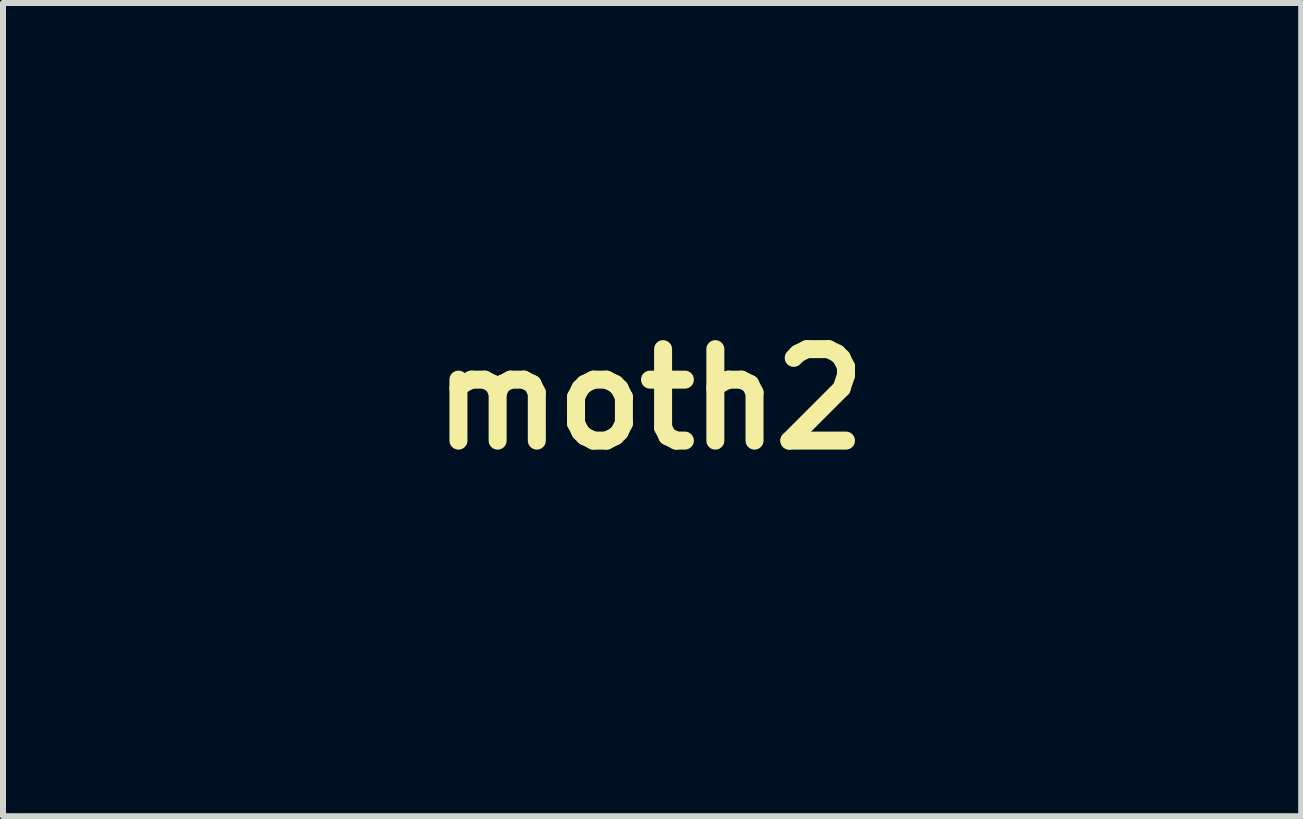
<source format=kicad_pcb>
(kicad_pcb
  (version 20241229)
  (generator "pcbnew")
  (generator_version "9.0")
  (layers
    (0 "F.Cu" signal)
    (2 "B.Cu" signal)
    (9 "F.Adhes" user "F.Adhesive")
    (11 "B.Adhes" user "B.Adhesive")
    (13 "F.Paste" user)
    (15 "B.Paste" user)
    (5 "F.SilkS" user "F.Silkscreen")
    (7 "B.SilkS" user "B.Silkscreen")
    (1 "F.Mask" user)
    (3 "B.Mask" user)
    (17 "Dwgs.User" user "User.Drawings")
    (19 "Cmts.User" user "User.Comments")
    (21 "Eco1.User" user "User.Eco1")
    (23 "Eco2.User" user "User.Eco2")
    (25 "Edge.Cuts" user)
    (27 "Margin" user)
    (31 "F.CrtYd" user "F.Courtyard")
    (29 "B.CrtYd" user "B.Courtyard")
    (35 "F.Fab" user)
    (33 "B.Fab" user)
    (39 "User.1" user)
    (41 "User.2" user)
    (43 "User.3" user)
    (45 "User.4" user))
  (footprint "moth2"
    (layer "F.Cu")
    (at 7.784 3.604)
    (property "Reference" "moth2" (at 0 0 0) (layer "F.SilkS") (effects (font (size 1.524 1.524) (thickness 0.3))))
    (attr through_hole)
    (fp_poly (pts (xy -0.953 -1.196) (xy -0.963 -1.185) (xy -0.974 -1.196) (xy -0.963 -1.206) (xy -0.953 -1.196)) (stroke (width 0.01) (type solid)) (fill no) (layer "Eco2.User"))
    (fp_poly (pts (xy -0.889 -0.9) (xy -0.9 -0.889) (xy -0.91 -0.9) (xy -0.9 -0.91) (xy -0.889 -0.9)) (stroke (width 0.01) (type solid)) (fill no) (layer "Eco2.User"))
    (fp_poly (pts (xy -0.826 -0.667) (xy -0.836 -0.656) (xy -0.847 -0.667) (xy -0.836 -0.677) (xy -0.826 -0.667)) (stroke (width 0.01) (type solid)) (fill no) (layer "Eco2.User"))
    (fp_poly (pts (xy -0.804 -0.138) (xy -0.815 -0.127) (xy -0.826 -0.138) (xy -0.815 -0.148) (xy -0.804 -0.138)) (stroke (width 0.01) (type solid)) (fill no) (layer "Eco2.User"))
    (fp_poly (pts (xy -0.282 -2.152) (xy -0.285 -2.139) (xy -0.296 -2.138) (xy -0.314 -2.146) (xy -0.31 -2.152) (xy -0.285 -2.154) (xy -0.282 -2.152)) (stroke (width 0.01) (type solid)) (fill no) (layer "Eco2.User"))
    (fp_poly (pts (xy 0.797 -0.31) (xy 0.794 -0.298) (xy 0.783 -0.296) (xy 0.766 -0.304) (xy 0.769 -0.31) (xy 0.794 -0.313) (xy 0.797 -0.31)) (stroke (width 0.01) (type solid)) (fill no) (layer "Eco2.User"))
    (fp_poly (pts (xy 0.862 -0.563) (xy 0.856 -0.554) (xy 0.834 -0.552) (xy 0.812 -0.557) (xy 0.822 -0.565) (xy 0.855 -0.567) (xy 0.862 -0.563)) (stroke (width 0.01) (type solid)) (fill no) (layer "Eco2.User"))
    (fp_poly (pts (xy 0.903 -0.713) (xy 0.9 -0.7) (xy 0.889 -0.699) (xy 0.872 -0.706) (xy 0.875 -0.713) (xy 0.9 -0.715) (xy 0.903 -0.713)) (stroke (width 0.01) (type solid)) (fill no) (layer "Eco2.User"))
    (fp_poly (pts (xy 0.968 -1.113) (xy 0.962 -1.104) (xy 0.94 -1.102) (xy 0.918 -1.108) (xy 0.927 -1.115) (xy 0.96 -1.118) (xy 0.968 -1.113)) (stroke (width 0.01) (type solid)) (fill no) (layer "Eco2.User"))
    (fp_poly (pts (xy -0.916 -1.125) (xy -0.91 -1.101) (xy -0.921 -1.064) (xy -0.947 -1.063) (xy -0.96 -1.072) (xy -0.974 -1.106) (xy -0.962 -1.136) (xy -0.942 -1.143) (xy -0.916 -1.125)) (stroke (width 0.01) (type solid)) (fill no) (layer "Eco2.User"))
    (fp_poly (pts (xy -0.911 -1) (xy -0.91 -0.995) (xy -0.926 -0.974) (xy -0.931 -0.974) (xy -0.952 -0.99) (xy -0.953 -0.995) (xy -0.936 -1.015) (xy -0.931 -1.016) (xy -0.911 -1)) (stroke (width 0.01) (type solid)) (fill no) (layer "Eco2.User"))
    (fp_poly (pts (xy -0.736 -0.229) (xy -0.75 -0.193) (xy -0.77 -0.16) (xy -0.783 -0.163) (xy -0.791 -0.181) (xy -0.793 -0.223) (xy -0.771 -0.25) (xy -0.744 -0.251) (xy -0.736 -0.229)) (stroke (width 0.01) (type solid)) (fill no) (layer "Eco2.User"))
    (fp_poly (pts (xy -0.692 -0.357) (xy -0.677 -0.341) (xy -0.694 -0.318) (xy -0.728 -0.306) (xy -0.749 -0.311) (xy -0.752 -0.337) (xy -0.75 -0.342) (xy -0.724 -0.358) (xy -0.692 -0.357)) (stroke (width 0.01) (type solid)) (fill no) (layer "Eco2.User"))
    (fp_poly (pts (xy 0.843 -0.237) (xy 0.847 -0.222) (xy 0.836 -0.194) (xy 0.828 -0.191) (xy 0.805 -0.207) (xy 0.797 -0.222) (xy 0.8 -0.25) (xy 0.816 -0.254) (xy 0.843 -0.237)) (stroke (width 0.01) (type solid)) (fill no) (layer "Eco2.User"))
    (fp_poly (pts (xy 0.888 -0.64) (xy 0.889 -0.635) (xy 0.873 -0.614) (xy 0.868 -0.614) (xy 0.847 -0.63) (xy 0.847 -0.635) (xy 0.863 -0.656) (xy 0.868 -0.656) (xy 0.888 -0.64)) (stroke (width 0.01) (type solid)) (fill no) (layer "Eco2.User"))
    (fp_poly (pts (xy 0.944 -0.794) (xy 0.942 -0.783) (xy 0.915 -0.763) (xy 0.909 -0.762) (xy 0.89 -0.778) (xy 0.889 -0.783) (xy 0.906 -0.802) (xy 0.922 -0.804) (xy 0.944 -0.794)) (stroke (width 0.01) (type solid)) (fill no) (layer "Eco2.User"))
    (fp_poly (pts (xy -0.875 -0.826) (xy -0.859 -0.794) (xy -0.861 -0.754) (xy -0.867 -0.742) (xy -0.887 -0.732) (xy -0.909 -0.75) (xy -0.926 -0.776) (xy -0.91 -0.783) (xy -0.907 -0.783) (xy -0.889 -0.787) (xy -0.907 -0.802) (xy -0.923 -0.819) (xy -0.903 -0.832) (xy -0.875 -0.826)) (stroke (width 0.01) (type solid)) (fill no) (layer "Eco2.User"))
    (fp_poly (pts (xy 0.101 -2.177) (xy 0.143 -2.175) (xy 0.171 -2.172) (xy 0.16 -2.169) (xy 0.113 -2.168) (xy 0.036 -2.167) (xy 0.021 -2.167) (xy -0.061 -2.168) (xy -0.112 -2.169) (xy -0.129 -2.171) (xy -0.107 -2.174) (xy -0.101 -2.175) (xy -0.004 -2.178) (xy 0.101 -2.177)) (stroke (width 0.01) (type solid)) (fill no) (layer "Eco2.User"))
    (fp_poly (pts (xy 0.966 -1.051) (xy 0.97 -1.047) (xy 0.968 -1.028) (xy 0.957 -1.022) (xy 0.941 -1.005) (xy 0.953 -0.983) (xy 0.966 -0.946) (xy 0.95 -0.916) (xy 0.93 -0.91) (xy 0.916 -0.929) (xy 0.91 -0.972) (xy 0.919 -1.024) (xy 0.94 -1.053) (xy 0.966 -1.051)) (stroke (width 0.01) (type solid)) (fill no) (layer "Eco2.User"))
    (fp_poly (pts (xy 0.107 -0.546) (xy 0.121 -0.546) (xy 0.262 -0.538) (xy 0.365 -0.525) (xy 0.434 -0.507) (xy 0.445 -0.502) (xy 0.519 -0.467) (xy 0.434 -0.482) (xy 0.375 -0.489) (xy 0.287 -0.493) (xy 0.182 -0.496) (xy 0.067 -0.497) (xy -0.047 -0.496) (xy -0.151 -0.493) (xy -0.234 -0.489) (xy -0.288 -0.483) (xy -0.296 -0.48) (xy -0.332 -0.47) (xy -0.331 -0.477) (xy -0.309 -0.496) (xy -0.268 -0.521) (xy -0.212 -0.537) (xy -0.136 -0.546) (xy -0.032 -0.549) (xy 0.107 -0.546)) (stroke (width 0.01) (type solid)) (fill no) (layer "Eco2.User"))
    (fp_poly (pts (xy -6.2 -3.588) (xy -5.863 -3.549) (xy -5.498 -3.485) (xy -5.102 -3.393) (xy -4.677 -3.274) (xy -4.22 -3.129) (xy -3.895 -3.015) (xy -3.749 -2.963) (xy -3.577 -2.903) (xy -3.393 -2.839) (xy -3.211 -2.776) (xy -3.045 -2.719) (xy -3.037 -2.716) (xy -2.635 -2.565) (xy -2.224 -2.384) (xy -1.817 -2.179) (xy -1.427 -1.956) (xy -1.191 -1.807) (xy -1.101 -1.748) (xy -1.022 -1.698) (xy -0.962 -1.66) (xy -0.928 -1.641) (xy -0.925 -1.639) (xy -0.901 -1.651) (xy -0.872 -1.703) (xy -0.859 -1.736) (xy -0.838 -1.799) (xy -0.831 -1.837) (xy -0.84 -1.863) (xy -0.863 -1.89) (xy -0.9 -1.937) (xy -0.944 -2) (xy -0.959 -2.024) (xy -1.011 -2.09) (xy -1.075 -2.147) (xy -1.094 -2.16) (xy -1.204 -2.239) (xy -1.297 -2.33) (xy -1.363 -2.425) (xy -1.385 -2.475) (xy -1.403 -2.537) (xy -1.426 -2.626) (xy -1.431 -2.643) (xy -1.367 -2.643) (xy -1.356 -2.591) (xy -1.343 -2.543) (xy -1.288 -2.42) (xy -1.199 -2.315) (xy -1.073 -2.225) (xy -1.067 -2.221) (xy -0.987 -2.166) (xy -0.931 -2.109) (xy -0.918 -2.088) (xy -0.879 -2.019) (xy -0.839 -1.96) (xy -0.806 -1.919) (xy -0.787 -1.906) (xy -0.766 -1.922) (xy -0.731 -1.96) (xy -0.722 -1.971) (xy -0.672 -2.034) (xy -0.718 -2.083) (xy -0.756 -2.114) (xy -0.821 -2.158) (xy -0.903 -2.208) (xy -0.966 -2.244) (xy -1.089 -2.316) (xy -1.18 -2.379) (xy -1.245 -2.438) (xy -1.291 -2.501) (xy -1.324 -2.572) (xy -1.35 -2.635) (xy -1.365 -2.658) (xy -1.367 -2.643) (xy -1.431 -2.643) (xy -1.452 -2.729) (xy -1.469 -2.805) (xy -1.494 -2.91) (xy -1.52 -3.01) (xy -1.531 -3.048) (xy -1.46 -3.048) (xy -1.453 -3.031) (xy -1.446 -3.034) (xy -1.444 -3.059) (xy -1.446 -3.062) (xy -1.459 -3.059) (xy -1.46 -3.048) (xy -1.531 -3.048) (xy -1.542 -3.091) (xy -1.549 -3.111) (xy -1.482 -3.111) (xy -1.474 -3.094) (xy -1.468 -3.097) (xy -1.465 -3.123) (xy -1.468 -3.126) (xy -1.48 -3.123) (xy -1.482 -3.111) (xy -1.549 -3.111) (xy -1.555 -3.131) (xy -1.575 -3.192) (xy -1.586 -3.24) (xy -1.587 -3.252) (xy -1.573 -3.277) (xy -1.537 -3.278) (xy -1.492 -3.256) (xy -1.466 -3.233) (xy -1.435 -3.196) (xy -1.41 -3.15) (xy -1.387 -3.088) (xy -1.362 -3.001) (xy -1.334 -2.881) (xy -1.332 -2.872) (xy -1.297 -2.728) (xy -1.264 -2.617) (xy -1.227 -2.532) (xy -1.18 -2.465) (xy -1.119 -2.408) (xy -1.037 -2.353) (xy -0.94 -2.298) (xy -0.857 -2.247) (xy -0.776 -2.192) (xy -0.716 -2.143) (xy -0.715 -2.142) (xy -0.667 -2.102) (xy -0.632 -2.082) (xy -0.62 -2.083) (xy -0.612 -2.111) (xy -0.609 -2.168) (xy -0.611 -2.233) (xy -0.61 -2.335) (xy -0.592 -2.419) (xy -0.573 -2.467) (xy -0.548 -2.524) (xy -0.532 -2.563) (xy -0.529 -2.572) (xy -0.547 -2.579) (xy -0.592 -2.59) (xy -0.598 -2.591) (xy -0.662 -2.612) (xy -0.727 -2.645) (xy -0.778 -2.682) (xy -0.673 -2.682) (xy -0.657 -2.664) (xy -0.647 -2.656) (xy -0.601 -2.631) (xy -0.573 -2.625) (xy -0.554 -2.631) (xy -0.571 -2.649) (xy -0.581 -2.657) (xy -0.626 -2.681) (xy -0.655 -2.687) (xy -0.673 -2.682) (xy -0.778 -2.682) (xy -0.78 -2.684) (xy -0.803 -2.709) (xy -0.555 -2.709) (xy -0.545 -2.692) (xy -0.521 -2.678) (xy -0.509 -2.696) (xy -0.514 -2.736) (xy -0.518 -2.746) (xy -0.532 -2.77) (xy -0.549 -2.754) (xy -0.55 -2.752) (xy -0.555 -2.709) (xy -0.803 -2.709) (xy -0.812 -2.72) (xy -0.656 -2.72) (xy -0.646 -2.709) (xy -0.635 -2.72) (xy -0.646 -2.731) (xy -0.656 -2.72) (xy -0.812 -2.72) (xy -0.813 -2.721) (xy -0.817 -2.743) (xy -0.82 -2.775) (xy -0.838 -2.835) (xy -0.867 -2.913) (xy -0.891 -2.969) (xy -0.931 -3.064) (xy -0.968 -3.156) (xy -0.996 -3.229) (xy -1.005 -3.254) (xy -0.944 -3.254) (xy -0.943 -3.229) (xy -0.924 -3.2) (xy -0.896 -3.152) (xy -0.876 -3.091) (xy -0.876 -3.089) (xy -0.855 -3.025) (xy -0.823 -2.973) (xy -0.822 -2.972) (xy -0.798 -2.937) (xy -0.795 -2.916) (xy -0.793 -2.892) (xy -0.773 -2.85) (xy -0.744 -2.805) (xy -0.714 -2.772) (xy -0.71 -2.768) (xy -0.686 -2.762) (xy -0.683 -2.783) (xy -0.699 -2.823) (xy -0.717 -2.851) (xy -0.736 -2.885) (xy -0.651 -2.885) (xy -0.648 -2.853) (xy -0.633 -2.811) (xy -0.613 -2.779) (xy -0.604 -2.773) (xy -0.604 -2.79) (xy -0.616 -2.833) (xy -0.619 -2.841) (xy -0.636 -2.88) (xy -0.649 -2.888) (xy -0.651 -2.885) (xy -0.736 -2.885) (xy -0.747 -2.904) (xy -0.779 -2.974) (xy -0.72 -2.974) (xy -0.709 -2.963) (xy -0.699 -2.974) (xy -0.709 -2.985) (xy -0.72 -2.974) (xy -0.779 -2.974) (xy -0.781 -2.978) (xy -0.804 -3.037) (xy -0.839 -3.126) (xy -0.876 -3.196) (xy -0.91 -3.243) (xy -0.937 -3.258) (xy -0.944 -3.254) (xy -1.005 -3.254) (xy -1.005 -3.255) (xy -1.031 -3.325) (xy -1.061 -3.387) (xy -1.068 -3.4) (xy -1.091 -3.445) (xy -1.096 -3.476) (xy -1.079 -3.47) (xy -1.04 -3.441) (xy -0.985 -3.393) (xy -0.92 -3.333) (xy -0.852 -3.267) (xy -0.787 -3.203) (xy -0.732 -3.145) (xy -0.693 -3.1) (xy -0.677 -3.074) (xy -0.677 -3.073) (xy -0.663 -3.045) (xy -0.626 -3.002) (xy -0.579 -2.955) (xy -0.533 -2.915) (xy -0.511 -2.901) (xy -0.492 -2.872) (xy -0.476 -2.816) (xy -0.471 -2.785) (xy -0.46 -2.685) (xy -0.373 -2.769) (xy -0.269 -2.86) (xy -0.174 -2.925) (xy -0.094 -2.959) (xy -0.06 -2.963) (xy -0.018 -2.954) (xy 0.037 -2.922) (xy 0.112 -2.865) (xy 0.161 -2.823) (xy 0.238 -2.758) (xy 0.29 -2.719) (xy 0.323 -2.705) (xy 0.34 -2.71) (xy 0.341 -2.712) (xy 0.358 -2.752) (xy 0.36 -2.766) (xy 0.367 -2.779) (xy 0.499 -2.779) (xy 0.507 -2.773) (xy 0.532 -2.789) (xy 0.55 -2.814) (xy 0.57 -2.86) (xy 0.564 -2.874) (xy 0.55 -2.868) (xy 0.524 -2.842) (xy 0.504 -2.807) (xy 0.499 -2.779) (xy 0.367 -2.779) (xy 0.375 -2.794) (xy 0.412 -2.834) (xy 0.421 -2.841) (xy 0.469 -2.889) (xy 0.504 -2.936) (xy 0.506 -2.939) (xy 0.531 -2.97) (xy 0.55 -2.974) (xy 0.57 -2.983) (xy 0.595 -3.019) (xy 0.604 -3.037) (xy 0.764 -3.037) (xy 0.769 -3.017) (xy 0.782 -3.032) (xy 0.795 -3.059) (xy 0.815 -3.112) (xy 0.824 -3.154) (xy 0.824 -3.154) (xy 0.816 -3.162) (xy 0.795 -3.136) (xy 0.794 -3.133) (xy 0.771 -3.078) (xy 0.764 -3.037) (xy 0.604 -3.037) (xy 0.614 -3.059) (xy 0.677 -3.059) (xy 0.688 -3.048) (xy 0.699 -3.059) (xy 0.688 -3.069) (xy 0.677 -3.059) (xy 0.614 -3.059) (xy 0.618 -3.068) (xy 0.631 -3.11) (xy 0.699 -3.11) (xy 0.705 -3.091) (xy 0.721 -3.108) (xy 0.728 -3.123) (xy 0.729 -3.145) (xy 0.719 -3.143) (xy 0.699 -3.116) (xy 0.699 -3.11) (xy 0.631 -3.11) (xy 0.633 -3.117) (xy 0.635 -3.136) (xy 0.644 -3.169) (xy 0.655 -3.175) (xy 0.676 -3.193) (xy 0.688 -3.219) (xy 0.694 -3.23) (xy 0.827 -3.23) (xy 0.831 -3.202) (xy 0.838 -3.202) (xy 0.843 -3.23) (xy 0.84 -3.242) (xy 0.831 -3.25) (xy 0.827 -3.23) (xy 0.694 -3.23) (xy 0.704 -3.248) (xy 0.715 -3.25) (xy 0.736 -3.257) (xy 0.775 -3.286) (xy 0.808 -3.316) (xy 0.855 -3.358) (xy 0.889 -3.381) (xy 0.901 -3.382) (xy 0.903 -3.356) (xy 0.898 -3.302) (xy 0.888 -3.246) (xy 0.874 -3.167) (xy 0.863 -3.097) (xy 0.859 -3.063) (xy 0.846 -3.01) (xy 0.829 -2.979) (xy 0.81 -2.941) (xy 0.804 -2.9) (xy 0.786 -2.842) (xy 0.741 -2.783) (xy 0.701 -2.739) (xy 0.679 -2.703) (xy 0.677 -2.695) (xy 0.658 -2.665) (xy 0.607 -2.634) (xy 0.535 -2.607) (xy 0.483 -2.595) (xy 0.405 -2.581) (xy 0.446 -2.49) (xy 0.473 -2.408) (xy 0.49 -2.319) (xy 0.492 -2.3) (xy 0.497 -2.242) (xy 0.504 -2.207) (xy 0.508 -2.202) (xy 0.528 -2.216) (xy 0.566 -2.251) (xy 0.59 -2.274) (xy 0.641 -2.317) (xy 0.716 -2.37) (xy 0.803 -2.425) (xy 0.839 -2.446) (xy 0.971 -2.528) (xy 1.067 -2.608) (xy 1.129 -2.688) (xy 1.162 -2.767) (xy 1.176 -2.821) (xy 1.197 -2.903) (xy 1.222 -3.001) (xy 1.241 -3.078) (xy 1.271 -3.181) (xy 1.337 -3.181) (xy 1.349 -3.188) (xy 1.355 -3.196) (xy 1.372 -3.241) (xy 1.374 -3.26) (xy 1.368 -3.272) (xy 1.355 -3.249) (xy 1.339 -3.204) (xy 1.337 -3.181) (xy 1.271 -3.181) (xy 1.284 -3.225) (xy 1.321 -3.313) (xy 1.376 -3.313) (xy 1.386 -3.302) (xy 1.397 -3.313) (xy 1.386 -3.323) (xy 1.376 -3.313) (xy 1.321 -3.313) (xy 1.329 -3.331) (xy 1.376 -3.398) (xy 1.426 -3.427) (xy 1.441 -3.429) (xy 1.468 -3.424) (xy 1.479 -3.404) (xy 1.475 -3.363) (xy 1.456 -3.292) (xy 1.441 -3.247) (xy 1.418 -3.168) (xy 1.391 -3.066) (xy 1.364 -2.958) (xy 1.356 -2.921) (xy 1.332 -2.821) (xy 1.308 -2.724) (xy 1.286 -2.647) (xy 1.279 -2.623) (xy 1.232 -2.531) (xy 1.153 -2.437) (xy 1.051 -2.349) (xy 0.988 -2.307) (xy 0.929 -2.26) (xy 0.869 -2.194) (xy 0.843 -2.156) (xy 0.8 -2.093) (xy 0.758 -2.043) (xy 0.738 -2.024) (xy 0.717 -2.006) (xy 0.712 -1.987) (xy 0.726 -1.957) (xy 0.763 -1.906) (xy 0.782 -1.881) (xy 0.834 -1.803) (xy 0.879 -1.72) (xy 0.902 -1.666) (xy 0.923 -1.608) (xy 0.939 -1.585) (xy 0.955 -1.591) (xy 0.96 -1.597) (xy 0.994 -1.629) (xy 1.059 -1.678) (xy 1.149 -1.741) (xy 1.257 -1.812) (xy 1.379 -1.889) (xy 1.507 -1.967) (xy 1.635 -2.042) (xy 1.758 -2.111) (xy 1.783 -2.125) (xy 2.096 -2.289) (xy 2.381 -2.429) (xy 2.636 -2.544) (xy 2.86 -2.633) (xy 2.963 -2.669) (xy 3.101 -2.714) (xy 3.252 -2.766) (xy 3.4 -2.817) (xy 3.526 -2.861) (xy 3.535 -2.864) (xy 3.781 -2.952) (xy 3.992 -3.026) (xy 4.173 -3.089) (xy 4.329 -3.143) (xy 4.466 -3.188) (xy 4.587 -3.227) (xy 4.699 -3.261) (xy 4.805 -3.292) (xy 4.88 -3.313) (xy 5.14 -3.383) (xy 5.367 -3.44) (xy 5.567 -3.487) (xy 5.75 -3.522) (xy 5.92 -3.55) (xy 6.086 -3.569) (xy 6.254 -3.582) (xy 6.433 -3.591) (xy 6.466 -3.592) (xy 6.606 -3.595) (xy 6.714 -3.596) (xy 6.8 -3.594) (xy 6.874 -3.588) (xy 6.946 -3.578) (xy 7.028 -3.562) (xy 7.101 -3.545) (xy 7.329 -3.487) (xy 7.515 -3.423) (xy 7.659 -3.354) (xy 7.762 -3.28) (xy 7.822 -3.201) (xy 7.823 -3.199) (xy 7.848 -3.099) (xy 7.84 -2.976) (xy 7.801 -2.832) (xy 7.731 -2.67) (xy 7.631 -2.491) (xy 7.503 -2.299) (xy 7.348 -2.094) (xy 7.194 -1.911) (xy 7.113 -1.817) (xy 7.03 -1.72) (xy 6.956 -1.631) (xy 6.908 -1.572) (xy 6.853 -1.507) (xy 6.777 -1.42) (xy 6.69 -1.323) (xy 6.6 -1.225) (xy 6.574 -1.196) (xy 6.484 -1.101) (xy 6.414 -1.031) (xy 6.355 -0.979) (xy 6.299 -0.939) (xy 6.237 -0.903) (xy 6.165 -0.867) (xy 6.04 -0.809) (xy 5.94 -0.766) (xy 5.852 -0.735) (xy 5.764 -0.711) (xy 5.664 -0.69) (xy 5.641 -0.685) (xy 5.54 -0.67) (xy 5.407 -0.654) (xy 5.253 -0.638) (xy 5.086 -0.623) (xy 4.919 -0.611) (xy 4.76 -0.601) (xy 4.621 -0.595) (xy 4.535 -0.593) (xy 4.437 -0.59) (xy 4.371 -0.583) (xy 4.34 -0.572) (xy 4.346 -0.557) (xy 4.391 -0.542) (xy 4.474 -0.51) (xy 4.581 -0.453) (xy 4.705 -0.375) (xy 4.839 -0.281) (xy 4.978 -0.175) (xy 5.115 -0.061) (xy 5.244 0.055) (xy 5.285 0.095) (xy 5.387 0.197) (xy 5.461 0.279) (xy 5.512 0.348) (xy 5.543 0.41) (xy 5.56 0.474) (xy 5.566 0.546) (xy 5.567 0.577) (xy 5.549 0.662) (xy 5.495 0.768) (xy 5.405 0.895) (xy 5.281 1.042) (xy 5.121 1.209) (xy 5.102 1.228) (xy 4.96 1.364) (xy 4.834 1.472) (xy 4.714 1.561) (xy 4.59 1.635) (xy 4.454 1.703) (xy 4.387 1.732) (xy 4.3 1.765) (xy 4.213 1.793) (xy 4.147 1.808) (xy 4.062 1.822) (xy 3.974 1.839) (xy 3.958 1.842) (xy 3.863 1.858) (xy 3.736 1.874) (xy 3.587 1.89) (xy 3.426 1.903) (xy 3.265 1.914) (xy 3.112 1.922) (xy 2.979 1.926) (xy 2.951 1.926) (xy 2.746 1.921) (xy 2.573 1.905) (xy 2.422 1.876) (xy 2.283 1.83) (xy 2.148 1.765) (xy 2.005 1.679) (xy 1.983 1.664) (xy 1.826 1.545) (xy 1.665 1.397) (xy 1.513 1.234) (xy 1.381 1.066) (xy 1.356 1.03) (xy 1.3 0.953) (xy 1.234 0.87) (xy 1.199 0.829) (xy 1.111 0.73) (xy 1.111 1.27) (xy 1.111 1.448) (xy 1.109 1.59) (xy 1.106 1.703) (xy 1.1 1.794) (xy 1.093 1.87) (xy 1.082 1.937) (xy 1.072 1.99) (xy 1.026 2.19) (xy 0.982 2.36) (xy 0.936 2.512) (xy 0.884 2.657) (xy 0.822 2.806) (xy 0.745 2.97) (xy 0.663 3.137) (xy 0.57 3.315) (xy 0.48 3.475) (xy 0.395 3.614) (xy 0.318 3.726) (xy 0.254 3.806) (xy 0.233 3.826) (xy 0.123 3.902) (xy 0.003 3.942) (xy -0.118 3.944) (xy -0.127 3.943) (xy -0.182 3.92) (xy -0.256 3.873) (xy -0.342 3.806) (xy -0.43 3.727) (xy -0.505 3.65) (xy -0.569 3.57) (xy -0.643 3.462) (xy -0.718 3.338) (xy -0.79 3.209) (xy -0.851 3.086) (xy -0.885 3.006) (xy -0.957 2.792) (xy -1.02 2.557) (xy -1.069 2.318) (xy -1.094 2.152) (xy -1.106 2.017) (xy -1.116 1.854) (xy -1.122 1.673) (xy -1.126 1.485) (xy -1.125 1.302) (xy -1.122 1.135) (xy -1.115 0.993) (xy -1.11 0.943) (xy -1.103 0.867) (xy -1.102 0.825) (xy -1.109 0.812) (xy -1.125 0.819) (xy -1.133 0.826) (xy -1.161 0.857) (xy -1.206 0.913) (xy -1.259 0.984) (xy -1.285 1.021) (xy -1.381 1.146) (xy -1.496 1.278) (xy -1.622 1.409) (xy -1.75 1.529) (xy -1.871 1.63) (xy -1.97 1.7) (xy -2.102 1.776) (xy -2.223 1.833) (xy -2.343 1.873) (xy -2.474 1.899) (xy -2.627 1.914) (xy -2.773 1.921) (xy -2.908 1.922) (xy -3.064 1.919) (xy -3.231 1.912) (xy -3.399 1.901) (xy -3.561 1.888) (xy -3.706 1.872) (xy -3.826 1.856) (xy -3.895 1.842) (xy -3.963 1.828) (xy -4.045 1.814) (xy -4.071 1.81) (xy -4.174 1.786) (xy -4.302 1.74) (xy -4.443 1.676) (xy -4.588 1.6) (xy -4.62 1.581) (xy -4.697 1.528) (xy -4.793 1.452) (xy -4.9 1.361) (xy -5.01 1.26) (xy -5.115 1.159) (xy -5.207 1.065) (xy -5.277 0.984) (xy -5.304 0.948) (xy -5.341 0.895) (xy -5.369 0.857) (xy -5.378 0.847) (xy -5.395 0.824) (xy -5.425 0.776) (xy -5.45 0.734) (xy -5.485 0.665) (xy -5.5 0.608) (xy -5.499 0.562) (xy -5.44 0.562) (xy -5.437 0.612) (xy -5.425 0.658) (xy -5.399 0.709) (xy -5.354 0.773) (xy -5.287 0.86) (xy -5.28 0.869) (xy -5.164 1.006) (xy -5.036 1.141) (xy -4.903 1.27) (xy -4.77 1.386) (xy -4.644 1.485) (xy -4.53 1.561) (xy -4.437 1.608) (xy -4.384 1.629) (xy -4.314 1.66) (xy -4.284 1.673) (xy -4.184 1.708) (xy -4.048 1.741) (xy -3.884 1.77) (xy -3.7 1.794) (xy -3.502 1.814) (xy -3.298 1.828) (xy -3.094 1.837) (xy -2.899 1.84) (xy -2.719 1.835) (xy -2.561 1.823) (xy -2.467 1.81) (xy -2.299 1.766) (xy -2.131 1.694) (xy -1.957 1.588) (xy -1.861 1.52) (xy -1.729 1.412) (xy -1.6 1.289) (xy -1.467 1.142) (xy -1.325 0.967) (xy -1.257 0.878) (xy -1.186 0.783) (xy -1.135 0.71) (xy -1.098 0.649) (xy -1.07 0.587) (xy -1.046 0.515) (xy -1.02 0.42) (xy -1.006 0.367) (xy -0.978 0.263) (xy -0.953 0.171) (xy -0.933 0.101) (xy -0.921 0.061) (xy -0.92 0.058) (xy -0.918 0.027) (xy -0.929 0.021) (xy -0.951 0.006) (xy -0.953 0) (xy -0.935 -0.018) (xy -0.917 -0.021) (xy -0.897 -0.026) (xy -0.905 -0.045) (xy -0.928 -0.07) (xy -0.965 -0.116) (xy -0.969 -0.14) (xy -0.941 -0.149) (xy -0.937 -0.149) (xy -0.921 -0.156) (xy -0.935 -0.179) (xy -0.968 -0.209) (xy -1.016 -0.254) (xy -1.036 -0.284) (xy -1.026 -0.294) (xy -1.005 -0.289) (xy -0.976 -0.281) (xy -0.979 -0.291) (xy -1.009 -0.312) (xy -1.036 -0.327) (xy -1.097 -0.366) (xy -1.155 -0.412) (xy -1.156 -0.413) (xy -1.214 -0.451) (xy -1.272 -0.466) (xy -1.325 -0.473) (xy -1.342 -0.492) (xy -1.321 -0.515) (xy -1.297 -0.526) (xy -1.258 -0.541) (xy -1.258 -0.547) (xy -1.288 -0.549) (xy -1.324 -0.558) (xy -1.326 -0.581) (xy -1.323 -0.596) (xy -1.331 -0.603) (xy -1.358 -0.604) (xy -1.409 -0.597) (xy -1.491 -0.581) (xy -1.556 -0.569) (xy -1.608 -0.563) (xy -1.698 -0.557) (xy -1.819 -0.552) (xy -1.966 -0.547) (xy -2.134 -0.543) (xy -2.318 -0.54) (xy -2.512 -0.537) (xy -2.711 -0.535) (xy -2.909 -0.534) (xy -3.101 -0.534) (xy -3.283 -0.535) (xy -3.447 -0.537) (xy -3.59 -0.54) (xy -3.704 -0.545) (xy -4.096 -0.563) (xy -4.339 -0.449) (xy -4.61 -0.307) (xy -4.862 -0.143) (xy -5.084 0.035) (xy -5.164 0.111) (xy -5.291 0.248) (xy -5.378 0.371) (xy -5.428 0.481) (xy -5.44 0.562) (xy -5.499 0.562) (xy -5.499 0.539) (xy -5.497 0.52) (xy -5.484 0.441) (xy -5.464 0.371) (xy -5.453 0.345) (xy -5.406 0.276) (xy -5.329 0.19) (xy -5.228 0.092) (xy -5.11 -0.013) (xy -4.98 -0.12) (xy -4.844 -0.225) (xy -4.709 -0.323) (xy -4.581 -0.407) (xy -4.466 -0.475) (xy -4.394 -0.51) (xy -4.332 -0.539) (xy -4.289 -0.564) (xy -4.276 -0.577) (xy -4.295 -0.584) (xy -4.348 -0.589) (xy -4.424 -0.593) (xy -4.471 -0.593) (xy -4.59 -0.596) (xy -4.735 -0.603) (xy -4.897 -0.613) (xy -5.065 -0.627) (xy -5.229 -0.642) (xy -5.379 -0.658) (xy -5.505 -0.674) (xy -5.577 -0.685) (xy -5.682 -0.706) (xy -5.771 -0.73) (xy -5.858 -0.759) (xy -5.954 -0.799) (xy -6.073 -0.854) (xy -6.101 -0.867) (xy -6.177 -0.905) (xy -6.238 -0.941) (xy -6.295 -0.982) (xy -6.354 -1.035) (xy -6.425 -1.106) (xy -6.506 -1.192) (xy -6.598 -1.293) (xy -6.694 -1.399) (xy -6.782 -1.501) (xy -6.854 -1.585) (xy -6.864 -1.598) (xy -6.941 -1.69) (xy -7.032 -1.797) (xy -7.122 -1.901) (xy -7.164 -1.947) (xy -7.274 -2.079) (xy -7.388 -2.23) (xy -7.498 -2.39) (xy -7.597 -2.548) (xy -7.677 -2.692) (xy -7.706 -2.752) (xy -7.747 -2.851) (xy -7.77 -2.932) (xy -7.778 -3.012) (xy -7.779 -3.04) (xy -7.779 -3.04) (xy -7.708 -3.04) (xy -7.694 -2.93) (xy -7.652 -2.801) (xy -7.582 -2.655) (xy -7.483 -2.487) (xy -7.353 -2.298) (xy -7.194 -2.085) (xy -7.004 -1.847) (xy -6.856 -1.67) (xy -6.761 -1.561) (xy -6.648 -1.438) (xy -6.531 -1.315) (xy -6.423 -1.207) (xy -6.411 -1.195) (xy -6.318 -1.106) (xy -6.247 -1.041) (xy -6.189 -0.993) (xy -6.136 -0.958) (xy -6.079 -0.929) (xy -6.01 -0.9) (xy -5.969 -0.884) (xy -5.854 -0.841) (xy -5.752 -0.807) (xy -5.652 -0.78) (xy -5.547 -0.757) (xy -5.426 -0.738) (xy -5.282 -0.721) (xy -5.106 -0.702) (xy -5.09 -0.701) (xy -4.856 -0.679) (xy -4.63 -0.661) (xy -4.405 -0.646) (xy -4.176 -0.634) (xy -3.935 -0.624) (xy -3.677 -0.617) (xy -3.394 -0.612) (xy -3.081 -0.609) (xy -2.805 -0.607) (xy -2.535 -0.607) (xy -2.304 -0.608) (xy -2.107 -0.61) (xy -1.942 -0.613) (xy -1.804 -0.619) (xy -1.689 -0.626) (xy -1.593 -0.636) (xy -1.514 -0.649) (xy -1.446 -0.665) (xy -1.387 -0.683) (xy -1.333 -0.705) (xy -1.259 -0.737) (xy -1.415 -0.739) (xy -1.499 -0.742) (xy -1.546 -0.75) (xy -1.562 -0.763) (xy -1.561 -0.767) (xy -1.536 -0.787) (xy -1.486 -0.803) (xy -1.469 -0.806) (xy -1.391 -0.824) (xy -1.314 -0.851) (xy -1.251 -0.881) (xy -1.217 -0.91) (xy -1.219 -0.924) (xy -1.252 -0.926) (xy -1.299 -0.92) (xy -1.368 -0.917) (xy -1.398 -0.931) (xy -1.388 -0.959) (xy -1.339 -0.999) (xy -1.329 -1.005) (xy -1.288 -1.034) (xy -1.287 -1.051) (xy -1.292 -1.053) (xy -1.347 -1.069) (xy -1.369 -1.082) (xy -1.365 -1.098) (xy -1.355 -1.111) (xy -1.318 -1.138) (xy -1.261 -1.163) (xy -1.248 -1.167) (xy -1.168 -1.191) (xy -1.208 -1.257) (xy -1.235 -1.304) (xy -1.248 -1.336) (xy -1.249 -1.339) (xy -1.234 -1.354) (xy -1.201 -1.349) (xy -1.168 -1.327) (xy -1.165 -1.323) (xy -1.127 -1.298) (xy -1.07 -1.279) (xy -1.067 -1.279) (xy -1.019 -1.264) (xy -0.995 -1.246) (xy -0.995 -1.244) (xy -1.013 -1.232) (xy -1.055 -1.234) (xy -1.097 -1.238) (xy -1.112 -1.221) (xy -1.113 -1.2) (xy -1.125 -1.16) (xy -1.16 -1.147) (xy -1.193 -1.137) (xy -1.189 -1.116) (xy -1.185 -1.11) (xy -1.175 -1.084) (xy -1.194 -1.052) (xy -1.22 -1.027) (xy -1.281 -0.974) (xy -1.191 -0.987) (xy -1.127 -0.989) (xy -1.101 -0.973) (xy -1.111 -0.941) (xy -1.158 -0.896) (xy -1.196 -0.868) (xy -1.248 -0.83) (xy -1.283 -0.803) (xy -1.291 -0.794) (xy -1.273 -0.794) (xy -1.229 -0.804) (xy -1.216 -0.807) (xy -1.156 -0.82) (xy -1.11 -0.822) (xy -1.106 -0.822) (xy -1.084 -0.813) (xy -1.093 -0.795) (xy -1.109 -0.778) (xy -1.133 -0.75) (xy -1.125 -0.741) (xy -1.113 -0.741) (xy -1.082 -0.732) (xy -1.088 -0.709) (xy -1.129 -0.673) (xy -1.175 -0.644) (xy -1.228 -0.611) (xy -1.263 -0.586) (xy -1.27 -0.578) (xy -1.252 -0.575) (xy -1.205 -0.579) (xy -1.185 -0.582) (xy -1.127 -0.586) (xy -1.101 -0.574) (xy -1.111 -0.55) (xy -1.138 -0.531) (xy -1.153 -0.517) (xy -1.135 -0.511) (xy -1.085 -0.509) (xy -1.021 -0.504) (xy -0.997 -0.488) (xy -1.009 -0.461) (xy -1.019 -0.45) (xy -1.027 -0.43) (xy -0.998 -0.415) (xy -0.986 -0.411) (xy -0.944 -0.392) (xy -0.937 -0.36) (xy -0.938 -0.358) (xy -0.932 -0.321) (xy -0.917 -0.308) (xy -0.893 -0.28) (xy -0.891 -0.259) (xy -0.887 -0.208) (xy -0.879 -0.185) (xy -0.878 -0.136) (xy -0.889 -0.116) (xy -0.902 -0.088) (xy -0.877 -0.08) (xy -0.865 -0.081) (xy -0.841 -0.069) (xy -0.828 -0.055) (xy -0.818 -0.026) (xy -0.826 0.027) (xy -0.847 0.097) (xy -0.883 0.211) (xy -0.922 0.356) (xy -0.963 0.523) (xy -1.002 0.701) (xy -1.008 0.73) (xy -1.023 0.829) (xy -1.036 0.961) (xy -1.045 1.117) (xy -1.051 1.288) (xy -1.054 1.465) (xy -1.054 1.638) (xy -1.049 1.8) (xy -1.041 1.941) (xy -1.039 1.956) (xy -1.016 2.179) (xy -0.99 2.369) (xy -0.958 2.536) (xy -0.917 2.689) (xy -0.865 2.839) (xy -0.801 2.995) (xy -0.731 3.143) (xy -0.614 3.366) (xy -0.496 3.55) (xy -0.38 3.692) (xy -0.266 3.794) (xy -0.153 3.855) (xy -0.042 3.874) (xy 0.066 3.851) (xy 0.099 3.836) (xy 0.174 3.778) (xy 0.259 3.682) (xy 0.353 3.55) (xy 0.454 3.384) (xy 0.561 3.187) (xy 0.64 3.027) (xy 0.765 2.752) (xy 0.865 2.502) (xy 0.941 2.268) (xy 0.996 2.042) (xy 1.032 1.817) (xy 1.049 1.583) (xy 1.051 1.333) (xy 1.048 1.262) (xy 1.034 0.957) (xy 1.013 0.69) (xy 0.985 0.456) (xy 0.95 0.252) (xy 0.907 0.072) (xy 0.871 -0.044) (xy 0.833 -0.153) (xy 0.943 -0.153) (xy 0.958 -0.149) (xy 0.991 -0.138) (xy 0.987 -0.11) (xy 0.964 -0.085) (xy 0.945 -0.048) (xy 0.951 -0.025) (xy 0.963 0.009) (xy 0.98 0.074) (xy 1.002 0.163) (xy 1.025 0.267) (xy 1.028 0.282) (xy 1.054 0.398) (xy 1.077 0.483) (xy 1.1 0.549) (xy 1.128 0.607) (xy 1.166 0.667) (xy 1.193 0.706) (xy 1.371 0.949) (xy 1.54 1.156) (xy 1.706 1.331) (xy 1.871 1.478) (xy 2.039 1.602) (xy 2.132 1.66) (xy 2.271 1.733) (xy 2.397 1.782) (xy 2.529 1.813) (xy 2.572 1.819) (xy 2.685 1.83) (xy 2.829 1.836) (xy 2.993 1.838) (xy 3.167 1.836) (xy 3.34 1.831) (xy 3.501 1.821) (xy 3.63 1.809) (xy 3.84 1.783) (xy 4.011 1.758) (xy 4.148 1.732) (xy 4.256 1.706) (xy 4.338 1.678) (xy 4.353 1.672) (xy 4.525 1.591) (xy 4.668 1.51) (xy 4.797 1.422) (xy 4.922 1.317) (xy 5.057 1.186) (xy 5.067 1.176) (xy 5.161 1.076) (xy 5.254 0.973) (xy 5.339 0.872) (xy 5.411 0.783) (xy 5.462 0.712) (xy 5.479 0.684) (xy 5.505 0.59) (xy 5.491 0.484) (xy 5.437 0.365) (xy 5.342 0.234) (xy 5.228 0.111) (xy 5.02 -0.072) (xy 4.779 -0.242) (xy 4.515 -0.394) (xy 4.402 -0.45) (xy 4.158 -0.565) (xy 3.767 -0.545) (xy 3.627 -0.54) (xy 3.461 -0.536) (xy 3.276 -0.534) (xy 3.077 -0.533) (xy 2.869 -0.534) (xy 2.658 -0.536) (xy 2.45 -0.539) (xy 2.25 -0.543) (xy 2.063 -0.549) (xy 1.896 -0.555) (xy 1.753 -0.563) (xy 1.641 -0.571) (xy 1.565 -0.58) (xy 1.556 -0.581) (xy 1.457 -0.599) (xy 1.394 -0.609) (xy 1.358 -0.611) (xy 1.344 -0.604) (xy 1.344 -0.591) (xy 1.347 -0.582) (xy 1.344 -0.557) (xy 1.309 -0.549) (xy 1.277 -0.546) (xy 1.282 -0.539) (xy 1.318 -0.526) (xy 1.365 -0.501) (xy 1.371 -0.48) (xy 1.337 -0.467) (xy 1.305 -0.466) (xy 1.222 -0.445) (xy 1.177 -0.413) (xy 1.118 -0.366) (xy 1.057 -0.328) (xy 1.057 -0.327) (xy 1.015 -0.302) (xy 0.995 -0.282) (xy 1.003 -0.276) (xy 1.027 -0.283) (xy 1.055 -0.288) (xy 1.051 -0.27) (xy 1.016 -0.232) (xy 0.99 -0.209) (xy 0.95 -0.171) (xy 0.943 -0.153) (xy 0.833 -0.153) (xy 0.83 -0.161) (xy 0.876 -0.181) (xy 0.911 -0.214) (xy 0.914 -0.243) (xy 0.921 -0.287) (xy 0.935 -0.306) (xy 0.96 -0.342) (xy 0.963 -0.359) (xy 0.98 -0.391) (xy 1.013 -0.415) (xy 1.043 -0.438) (xy 1.039 -0.454) (xy 1.016 -0.479) (xy 1.031 -0.498) (xy 1.082 -0.508) (xy 1.106 -0.509) (xy 1.159 -0.511) (xy 1.174 -0.518) (xy 1.159 -0.531) (xy 1.124 -0.56) (xy 1.127 -0.581) (xy 1.165 -0.588) (xy 1.206 -0.585) (xy 1.259 -0.578) (xy 1.289 -0.579) (xy 1.291 -0.582) (xy 1.275 -0.598) (xy 1.234 -0.628) (xy 1.206 -0.646) (xy 1.157 -0.682) (xy 1.127 -0.714) (xy 1.122 -0.734) (xy 1.144 -0.736) (xy 1.159 -0.731) (xy 1.177 -0.728) (xy 1.164 -0.747) (xy 1.148 -0.762) (xy 1.115 -0.796) (xy 1.101 -0.818) (xy 1.101 -0.818) (xy 1.119 -0.823) (xy 1.164 -0.82) (xy 1.223 -0.811) (xy 1.281 -0.799) (xy 1.305 -0.791) (xy 1.31 -0.795) (xy 1.284 -0.818) (xy 1.235 -0.854) (xy 1.233 -0.855) (xy 1.161 -0.912) (xy 1.125 -0.954) (xy 1.126 -0.981) (xy 1.165 -0.991) (xy 1.212 -0.987) (xy 1.302 -0.974) (xy 1.243 -1.023) (xy 1.202 -1.068) (xy 1.196 -1.105) (xy 1.191 -1.136) (xy 1.163 -1.15) (xy 1.128 -1.17) (xy 1.127 -1.204) (xy 1.13 -1.233) (xy 1.109 -1.24) (xy 1.077 -1.235) (xy 1.033 -1.232) (xy 1.016 -1.244) (xy 1.034 -1.262) (xy 1.08 -1.277) (xy 1.088 -1.279) (xy 1.145 -1.297) (xy 1.184 -1.322) (xy 1.186 -1.323) (xy 1.217 -1.347) (xy 1.251 -1.355) (xy 1.27 -1.345) (xy 1.27 -1.341) (xy 1.26 -1.316) (xy 1.235 -1.271) (xy 1.228 -1.26) (xy 1.186 -1.192) (xy 1.271 -1.164) (xy 1.33 -1.14) (xy 1.372 -1.114) (xy 1.379 -1.108) (xy 1.391 -1.089) (xy 1.381 -1.075) (xy 1.343 -1.061) (xy 1.313 -1.053) (xy 1.305 -1.039) (xy 1.338 -1.012) (xy 1.35 -1.005) (xy 1.405 -0.964) (xy 1.42 -0.934) (xy 1.395 -0.917) (xy 1.332 -0.916) (xy 1.318 -0.917) (xy 1.258 -0.924) (xy 1.235 -0.923) (xy 1.242 -0.91) (xy 1.262 -0.893) (xy 1.326 -0.855) (xy 1.424 -0.82) (xy 1.529 -0.794) (xy 1.577 -0.78) (xy 1.586 -0.764) (xy 1.558 -0.751) (xy 1.496 -0.741) (xy 1.434 -0.736) (xy 1.281 -0.73) (xy 1.365 -0.703) (xy 1.424 -0.688) (xy 1.51 -0.668) (xy 1.608 -0.648) (xy 1.651 -0.64) (xy 1.703 -0.631) (xy 1.758 -0.624) (xy 1.821 -0.618) (xy 1.896 -0.614) (xy 1.987 -0.61) (xy 2.098 -0.608) (xy 2.234 -0.607) (xy 2.399 -0.606) (xy 2.597 -0.606) (xy 2.832 -0.607) (xy 2.868 -0.607) (xy 3.208 -0.609) (xy 3.512 -0.612) (xy 3.787 -0.617) (xy 4.04 -0.625) (xy 4.277 -0.634) (xy 4.505 -0.647) (xy 4.73 -0.662) (xy 4.958 -0.681) (xy 5.198 -0.702) (xy 5.281 -0.711) (xy 5.539 -0.745) (xy 5.769 -0.794) (xy 5.981 -0.862) (xy 6.16 -0.938) (xy 6.239 -0.987) (xy 6.339 -1.067) (xy 6.454 -1.172) (xy 6.582 -1.3) (xy 6.719 -1.444) (xy 6.86 -1.602) (xy 7.002 -1.768) (xy 7.141 -1.938) (xy 7.274 -2.107) (xy 7.396 -2.271) (xy 7.504 -2.426) (xy 7.594 -2.567) (xy 7.662 -2.69) (xy 7.665 -2.697) (xy 7.713 -2.799) (xy 7.744 -2.875) (xy 7.761 -2.937) (xy 7.768 -2.997) (xy 7.768 -3.025) (xy 7.758 -3.13) (xy 7.724 -3.212) (xy 7.659 -3.279) (xy 7.565 -3.338) (xy 7.396 -3.41) (xy 7.194 -3.466) (xy 6.966 -3.506) (xy 6.719 -3.528) (xy 6.458 -3.533) (xy 6.19 -3.52) (xy 5.923 -3.488) (xy 5.779 -3.463) (xy 5.542 -3.413) (xy 5.286 -3.352) (xy 5.02 -3.283) (xy 4.755 -3.208) (xy 4.5 -3.132) (xy 4.266 -3.056) (xy 4.064 -2.983) (xy 4.058 -2.981) (xy 3.958 -2.943) (xy 3.826 -2.895) (xy 3.67 -2.838) (xy 3.497 -2.776) (xy 3.316 -2.711) (xy 3.133 -2.647) (xy 2.957 -2.585) (xy 2.889 -2.562) (xy 2.727 -2.501) (xy 2.54 -2.422) (xy 2.335 -2.329) (xy 2.124 -2.228) (xy 1.916 -2.123) (xy 1.72 -2.019) (xy 1.546 -1.92) (xy 1.418 -1.841) (xy 1.276 -1.748) (xy 1.165 -1.676) (xy 1.082 -1.62) (xy 1.022 -1.576) (xy 0.984 -1.54) (xy 0.962 -1.508) (xy 0.953 -1.477) (xy 0.955 -1.442) (xy 0.962 -1.399) (xy 0.973 -1.345) (xy 0.973 -1.344) (xy 0.98 -1.265) (xy 0.972 -1.217) (xy 0.969 -1.212) (xy 0.939 -1.187) (xy 0.92 -1.201) (xy 0.911 -1.253) (xy 0.91 -1.298) (xy 0.889 -1.481) (xy 0.828 -1.662) (xy 0.727 -1.837) (xy 0.589 -2.003) (xy 0.588 -2.003) (xy 0.52 -2.073) (xy 0.477 -2.124) (xy 0.46 -2.15) (xy 0.55 -2.15) (xy 0.568 -2.116) (xy 0.608 -2.082) (xy 0.655 -2.061) (xy 0.677 -2.059) (xy 0.703 -2.079) (xy 0.741 -2.125) (xy 0.784 -2.189) (xy 0.854 -2.286) (xy 0.932 -2.354) (xy 0.959 -2.371) (xy 1.068 -2.441) (xy 1.145 -2.513) (xy 1.197 -2.593) (xy 1.207 -2.614) (xy 1.237 -2.689) (xy 1.254 -2.742) (xy 1.257 -2.769) (xy 1.247 -2.765) (xy 1.223 -2.728) (xy 1.207 -2.697) (xy 1.172 -2.631) (xy 1.133 -2.578) (xy 1.083 -2.531) (xy 1.015 -2.483) (xy 0.92 -2.426) (xy 0.857 -2.391) (xy 0.764 -2.336) (xy 0.68 -2.278) (xy 0.611 -2.224) (xy 0.566 -2.179) (xy 0.55 -2.15) (xy 0.46 -2.15) (xy 0.451 -2.164) (xy 0.439 -2.206) (xy 0.432 -2.257) (xy 0.431 -2.276) (xy 0.417 -2.37) (xy 0.384 -2.457) (xy 0.348 -2.521) (xy 0.297 -2.592) (xy 0.281 -2.611) (xy 0.414 -2.611) (xy 0.424 -2.608) (xy 0.467 -2.621) (xy 0.489 -2.629) (xy 0.563 -2.663) (xy 0.606 -2.702) (xy 0.614 -2.726) (xy 0.628 -2.756) (xy 0.643 -2.771) (xy 0.672 -2.811) (xy 0.684 -2.842) (xy 0.688 -2.867) (xy 0.676 -2.863) (xy 0.644 -2.828) (xy 0.639 -2.823) (xy 0.588 -2.77) (xy 0.524 -2.709) (xy 0.49 -2.68) (xy 0.435 -2.634) (xy 0.414 -2.611) (xy 0.281 -2.611) (xy 0.23 -2.669) (xy 0.222 -2.676) (xy 0.363 -2.676) (xy 0.382 -2.681) (xy 0.392 -2.688) (xy 0.419 -2.726) (xy 0.423 -2.748) (xy 0.419 -2.766) (xy 0.4 -2.75) (xy 0.392 -2.74) (xy 0.366 -2.698) (xy 0.363 -2.676) (xy 0.222 -2.676) (xy 0.154 -2.745) (xy 0.076 -2.812) (xy 0.006 -2.865) (xy -0.05 -2.895) (xy -0.072 -2.9) (xy -0.126 -2.884) (xy -0.196 -2.839) (xy -0.275 -2.772) (xy -0.354 -2.69) (xy -0.412 -2.619) (xy -0.49 -2.488) (xy -0.536 -2.352) (xy -0.547 -2.221) (xy -0.542 -2.182) (xy -0.539 -2.131) (xy -0.554 -2.09) (xy -0.593 -2.043) (xy -0.603 -2.032) (xy -0.651 -1.971) (xy -0.706 -1.885) (xy -0.763 -1.784) (xy -0.813 -1.681) (xy -0.853 -1.588) (xy -0.874 -1.515) (xy -0.876 -1.508) (xy -0.886 -1.435) (xy -0.897 -1.352) (xy -0.9 -1.328) (xy -0.913 -1.261) (xy -0.933 -1.231) (xy -0.946 -1.228) (xy -0.964 -1.234) (xy -0.972 -1.259) (xy -0.972 -1.312) (xy -0.968 -1.36) (xy -0.96 -1.435) (xy -0.95 -1.497) (xy -0.943 -1.526) (xy -0.946 -1.544) (xy -0.97 -1.571) (xy -1.016 -1.61) (xy -1.091 -1.663) (xy -1.195 -1.735) (xy -1.274 -1.787) (xy -1.475 -1.912) (xy -1.702 -2.042) (xy -1.943 -2.17) (xy -2.189 -2.293) (xy -2.43 -2.404) (xy -2.655 -2.499) (xy -2.821 -2.56) (xy -3.066 -2.646) (xy -3.276 -2.719) (xy -3.457 -2.783) (xy -3.613 -2.839) (xy -3.75 -2.889) (xy -3.874 -2.935) (xy -3.916 -2.951) (xy -4.208 -3.056) (xy -4.529 -3.159) (xy -4.866 -3.258) (xy -5.206 -3.348) (xy -5.535 -3.426) (xy -5.708 -3.462) (xy -5.978 -3.505) (xy -6.252 -3.529) (xy -6.523 -3.534) (xy -6.784 -3.519) (xy -7.029 -3.487) (xy -7.25 -3.436) (xy -7.442 -3.368) (xy -7.495 -3.343) (xy -7.587 -3.285) (xy -7.654 -3.217) (xy -7.694 -3.136) (xy -7.708 -3.04) (xy -7.779 -3.04) (xy -7.772 -3.144) (xy -7.747 -3.22) (xy -7.697 -3.281) (xy -7.614 -3.34) (xy -7.61 -3.342) (xy -7.518 -3.394) (xy -7.423 -3.436) (xy -7.316 -3.474) (xy -7.186 -3.51) (xy -7.046 -3.543) (xy -6.791 -3.584) (xy -6.509 -3.599) (xy -6.2 -3.588)) (stroke (width 0.01) (type solid)) (fill no) (layer "Eco2.User")))
  (gr_rect
    (start -3 -3)
    (end 18.637 10.553)
    (stroke (width 0.1) (type default))
    (fill no)
    (layer "Edge.Cuts")))
</source>
